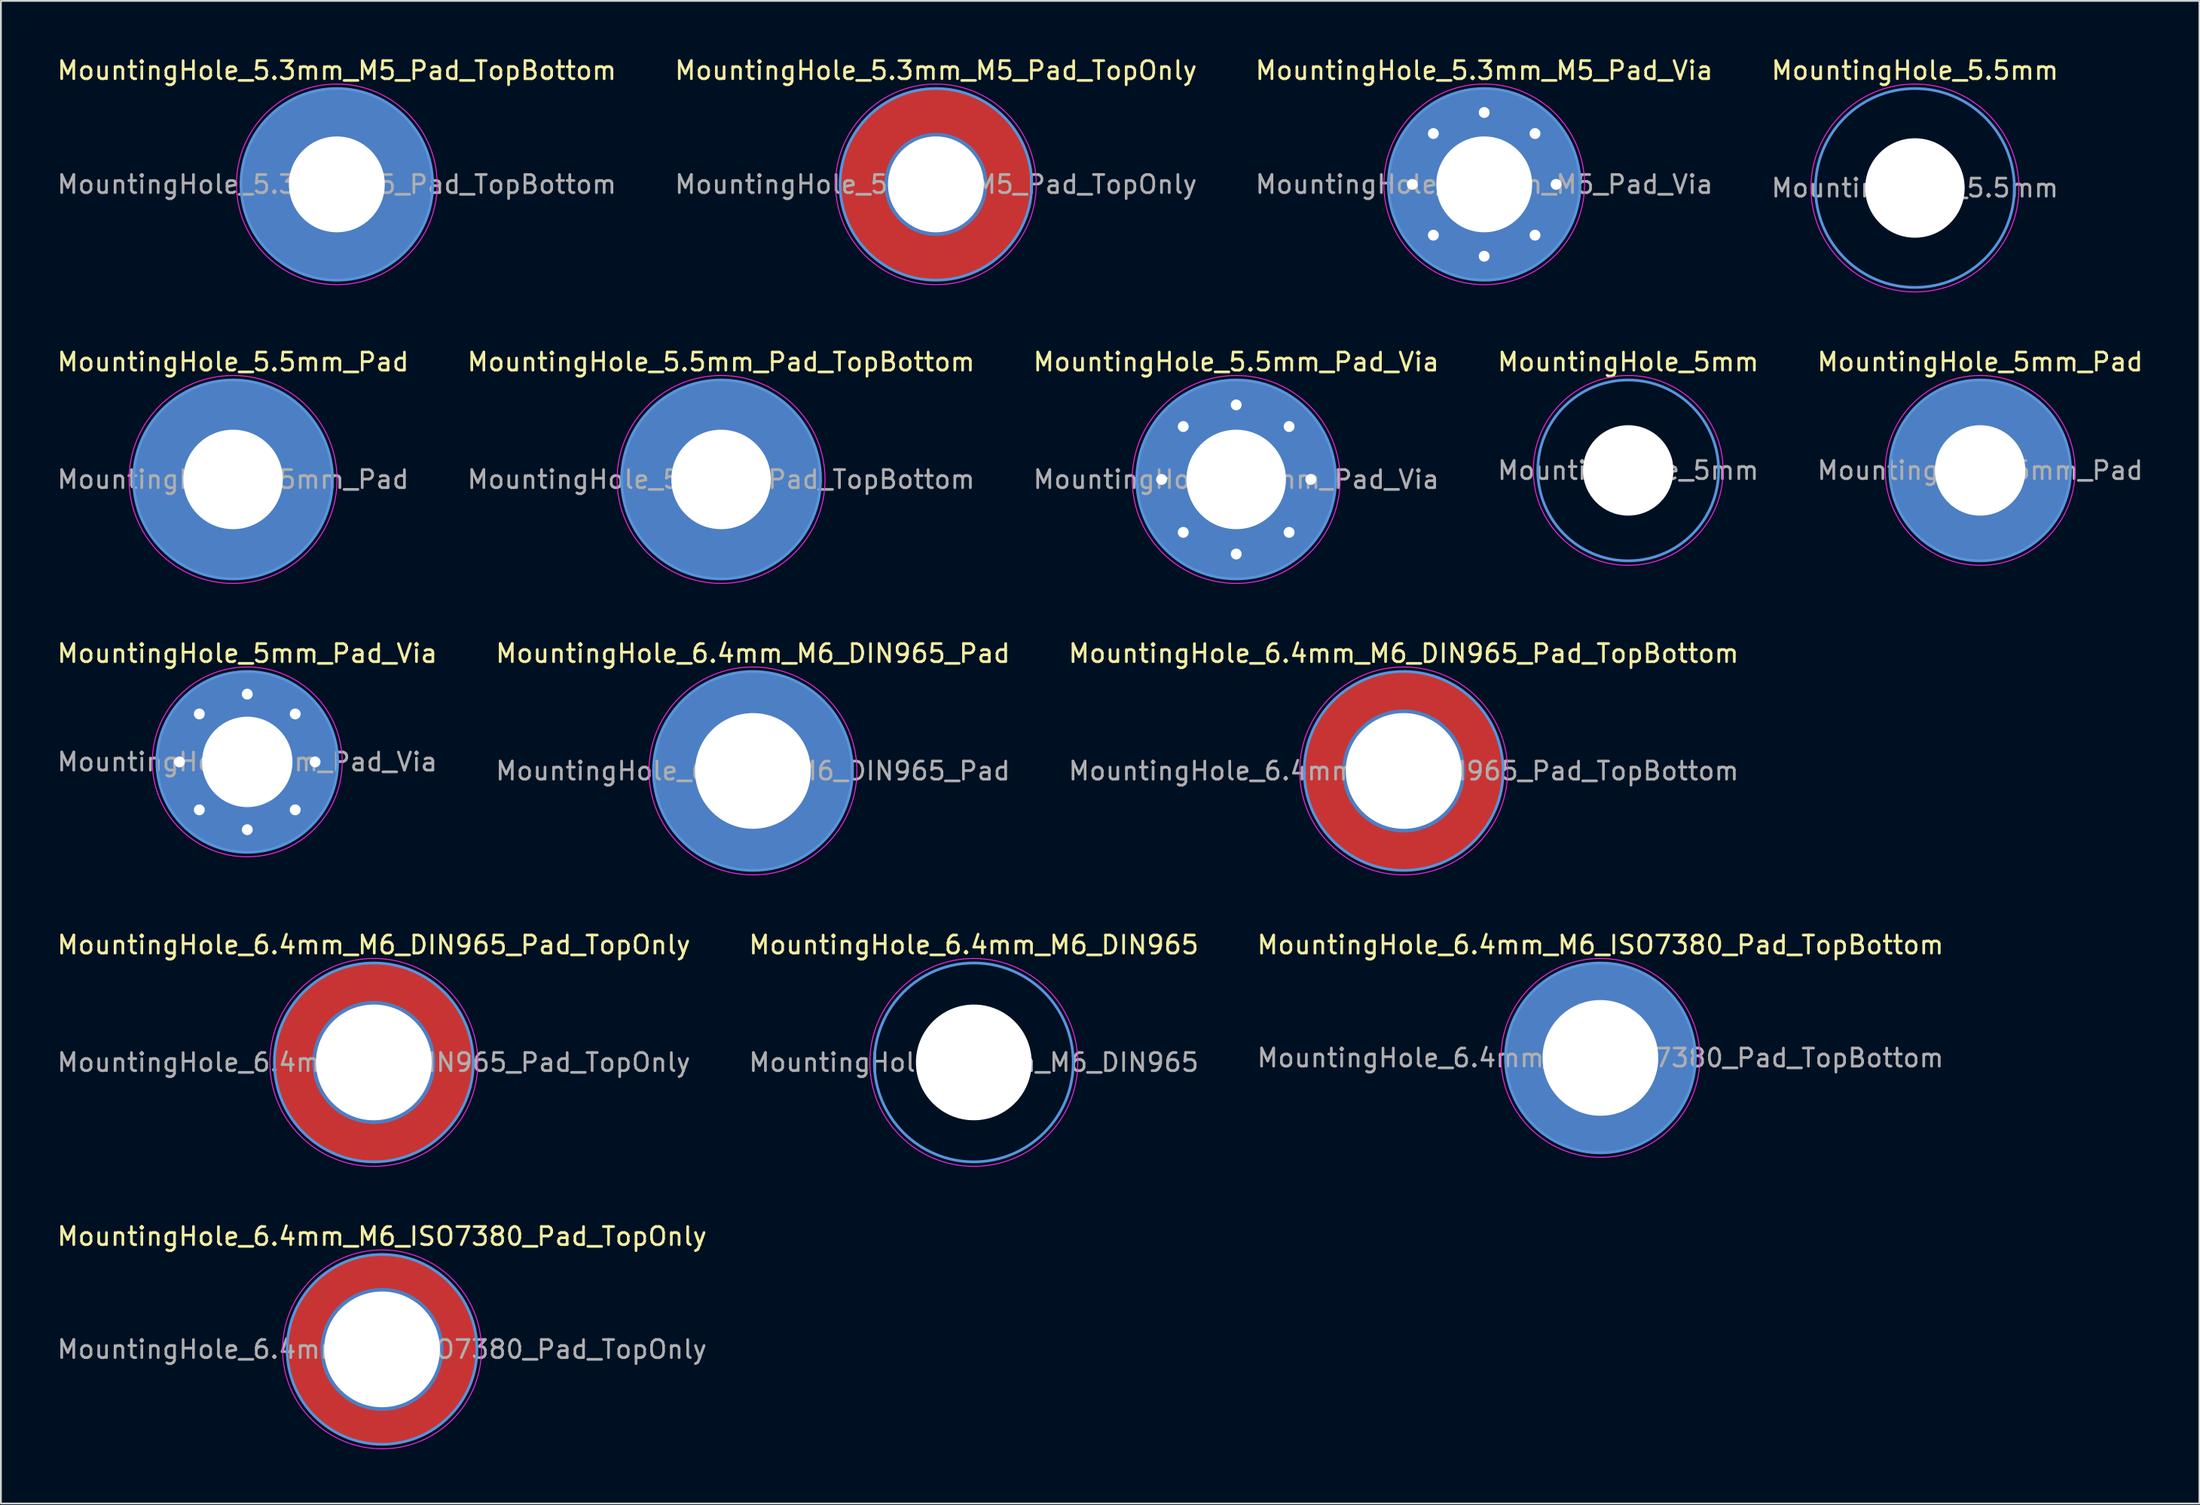
<source format=kicad_pcb>
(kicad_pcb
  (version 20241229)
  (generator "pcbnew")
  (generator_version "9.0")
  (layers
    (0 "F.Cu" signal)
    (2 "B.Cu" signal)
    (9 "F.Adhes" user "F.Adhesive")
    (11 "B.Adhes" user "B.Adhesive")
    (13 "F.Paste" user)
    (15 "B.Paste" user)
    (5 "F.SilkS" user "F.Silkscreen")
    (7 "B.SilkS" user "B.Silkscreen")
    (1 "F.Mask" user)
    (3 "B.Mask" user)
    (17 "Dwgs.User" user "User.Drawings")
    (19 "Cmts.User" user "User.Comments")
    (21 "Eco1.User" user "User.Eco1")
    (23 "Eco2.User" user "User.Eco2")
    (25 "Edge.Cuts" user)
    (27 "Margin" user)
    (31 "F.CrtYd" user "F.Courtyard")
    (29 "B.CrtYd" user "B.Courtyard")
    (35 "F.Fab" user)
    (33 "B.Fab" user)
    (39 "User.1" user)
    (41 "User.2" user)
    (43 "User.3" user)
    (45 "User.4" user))
  (footprint "MountingHole_6.4mm_M6_DIN965"
    (layer "F.Cu")
    (at 50.804 55.718)
    (property "Reference" "MountingHole_6.4mm_M6_DIN965" (at 0 -6.5 0) (layer "F.SilkS") (effects (font (size 1 1) (thickness 0.15))))
    (attr exclude_from_pos_files exclude_from_bom)
    (fp_circle (center 0 0) (end 5.5 0) (stroke (width 0.15) (type solid)) (fill no) (layer "Cmts.User"))
    (fp_circle (center 0 0) (end 5.75 0) (stroke (width 0.05) (type solid)) (fill no) (layer "F.CrtYd"))
    (fp_text user "${REFERENCE}" (at 0 0 0) (layer "F.Fab") (effects (font (size 1 1) (thickness 0.15))))
    (pad "" np_thru_hole circle (at 0 0) (size 6.4 6.4) (drill 6.4) (layers "*.Cu" "*.Mask")))
  (footprint "MountingHole_6.4mm_M6_ISO7380_Pad_TopBottom"
    (layer "F.Cu")
    (at 85.458 55.468)
    (property "Reference" "MountingHole_6.4mm_M6_ISO7380_Pad_TopBottom" (at 0 -6.25 0) (layer "F.SilkS") (effects (font (size 1 1) (thickness 0.15))))
    (attr exclude_from_pos_files exclude_from_bom)
    (fp_circle (center 0 0) (end 5.25 0) (stroke (width 0.15) (type solid)) (fill no) (layer "Cmts.User"))
    (fp_circle (center 0 0) (end 5.5 0) (stroke (width 0.05) (type solid)) (fill no) (layer "F.CrtYd"))
    (fp_text user "${REFERENCE}" (at 0 0 0) (layer "F.Fab") (effects (font (size 1 1) (thickness 0.15))))
    (pad "1" thru_hole circle (at 0 0) (size 6.8 6.8) (drill 6.4) (layers "*.Cu" "*.Mask"))
    (pad "1" connect circle (at 0 0) (size 10.5 10.5) (layers "F.Cu" "F.Mask"))
    (pad "1" connect circle (at 0 0) (size 10.5 10.5) (layers "B.Cu" "B.Mask")))
  (footprint "MountingHole_5.5mm"
    (layer "F.Cu")
    (at 102.851 7.348)
    (property "Reference" "MountingHole_5.5mm" (at 0 -6.5 0) (layer "F.SilkS") (effects (font (size 1 1) (thickness 0.15))))
    (attr exclude_from_pos_files exclude_from_bom)
    (fp_circle (center 0 0) (end 5.5 0) (stroke (width 0.15) (type solid)) (fill no) (layer "Cmts.User"))
    (fp_circle (center 0 0) (end 5.75 0) (stroke (width 0.05) (type solid)) (fill no) (layer "F.CrtYd"))
    (fp_text user "${REFERENCE}" (at 0 0 0) (layer "F.Fab") (effects (font (size 1 1) (thickness 0.15))))
    (pad "" np_thru_hole circle (at 0 0) (size 5.5 5.5) (drill 5.5) (layers "*.Cu" "*.Mask")))
  (footprint "MountingHole_5.3mm_M5_Pad_Via"
    (layer "F.Cu")
    (at 79.03 7.148)
    (property "Reference" "MountingHole_5.3mm_M5_Pad_Via" (at 0 -6.3 0) (layer "F.SilkS") (effects (font (size 1 1) (thickness 0.15))))
    (attr exclude_from_pos_files exclude_from_bom)
    (fp_circle (center 0 0) (end 5.3 0) (stroke (width 0.15) (type solid)) (fill no) (layer "Cmts.User"))
    (fp_circle (center 0 0) (end 5.55 0) (stroke (width 0.05) (type solid)) (fill no) (layer "F.CrtYd"))
    (fp_text user "${REFERENCE}" (at 0 0 0) (layer "F.Fab") (effects (font (size 1 1) (thickness 0.15))))
    (pad "1" thru_hole circle (at -3.975 0) (size 0.9 0.9) (drill 0.6) (layers "*.Cu" "*.Mask"))
    (pad "1" thru_hole circle (at -2.811 -2.811) (size 0.9 0.9) (drill 0.6) (layers "*.Cu" "*.Mask"))
    (pad "1" thru_hole circle (at -2.811 2.811) (size 0.9 0.9) (drill 0.6) (layers "*.Cu" "*.Mask"))
    (pad "1" thru_hole circle (at 0 -3.975) (size 0.9 0.9) (drill 0.6) (layers "*.Cu" "*.Mask"))
    (pad "1" thru_hole circle (at 0 0) (size 10.6 10.6) (drill 5.3) (layers "*.Cu" "*.Mask"))
    (pad "1" thru_hole circle (at 0 3.975) (size 0.9 0.9) (drill 0.6) (layers "*.Cu" "*.Mask"))
    (pad "1" thru_hole circle (at 2.811 -2.811) (size 0.9 0.9) (drill 0.6) (layers "*.Cu" "*.Mask"))
    (pad "1" thru_hole circle (at 2.811 2.811) (size 0.9 0.9) (drill 0.6) (layers "*.Cu" "*.Mask"))
    (pad "1" thru_hole circle (at 3.975 0) (size 0.9 0.9) (drill 0.6) (layers "*.Cu" "*.Mask")))
  (footprint "MountingHole_5.5mm_Pad_Via"
    (layer "F.Cu")
    (at 65.315 23.471)
    (property "Reference" "MountingHole_5.5mm_Pad_Via" (at 0 -6.5 0) (layer "F.SilkS") (effects (font (size 1 1) (thickness 0.15))))
    (attr exclude_from_pos_files exclude_from_bom)
    (fp_circle (center 0 0) (end 5.5 0) (stroke (width 0.15) (type solid)) (fill no) (layer "Cmts.User"))
    (fp_circle (center 0 0) (end 5.75 0) (stroke (width 0.05) (type solid)) (fill no) (layer "F.CrtYd"))
    (fp_text user "${REFERENCE}" (at 0 0 0) (layer "F.Fab") (effects (font (size 1 1) (thickness 0.15))))
    (pad "1" thru_hole circle (at -4.125 0) (size 0.9 0.9) (drill 0.6) (layers "*.Cu" "*.Mask"))
    (pad "1" thru_hole circle (at -2.927 -2.927) (size 0.9 0.9) (drill 0.6) (layers "*.Cu" "*.Mask"))
    (pad "1" thru_hole circle (at -2.927 2.927) (size 0.9 0.9) (drill 0.6) (layers "*.Cu" "*.Mask"))
    (pad "1" thru_hole circle (at 0 -4.125) (size 0.9 0.9) (drill 0.6) (layers "*.Cu" "*.Mask"))
    (pad "1" thru_hole circle (at 0 0) (size 11 11) (drill 5.5) (layers "*.Cu" "*.Mask"))
    (pad "1" thru_hole circle (at 0 4.125) (size 0.9 0.9) (drill 0.6) (layers "*.Cu" "*.Mask"))
    (pad "1" thru_hole circle (at 2.927 -2.927) (size 0.9 0.9) (drill 0.6) (layers "*.Cu" "*.Mask"))
    (pad "1" thru_hole circle (at 2.927 2.927) (size 0.9 0.9) (drill 0.6) (layers "*.Cu" "*.Mask"))
    (pad "1" thru_hole circle (at 4.125 0) (size 0.9 0.9) (drill 0.6) (layers "*.Cu" "*.Mask")))
  (footprint "MountingHole_6.4mm_M6_DIN965_Pad_TopBottom"
    (layer "F.Cu")
    (at 74.577 39.595)
    (property "Reference" "MountingHole_6.4mm_M6_DIN965_Pad_TopBottom" (at 0 -6.5 0) (layer "F.SilkS") (effects (font (size 1 1) (thickness 0.15))))
    (attr exclude_from_pos_files exclude_from_bom)
    (fp_circle (center 0 0) (end 5.5 0) (stroke (width 0.15) (type solid)) (fill no) (layer "Cmts.User"))
    (fp_circle (center 0 0) (end 5.75 0) (stroke (width 0.05) (type solid)) (fill no) (layer "F.CrtYd"))
    (fp_text user "${REFERENCE}" (at 0 0 0) (layer "F.Fab") (effects (font (size 1 1) (thickness 0.15))))
    (pad "" connect circle (at 0 0) (size 11 11) (layers "B.Mask" "Rescue"))
    (pad "1" thru_hole circle (at 0 0) (size 6.8 6.8) (drill 6.4) (layers "*.Cu" "*.Mask"))
    (pad "1" connect circle (at 0 0) (size 11 11) (layers "F.Cu" "F.Mask")))
  (footprint "MountingHole_5mm"
    (layer "F.Cu")
    (at 86.994 22.971)
    (property "Reference" "MountingHole_5mm" (at 0 -6 0) (layer "F.SilkS") (effects (font (size 1 1) (thickness 0.15))))
    (attr exclude_from_pos_files exclude_from_bom)
    (fp_circle (center 0 0) (end 5 0) (stroke (width 0.15) (type solid)) (fill no) (layer "Cmts.User"))
    (fp_circle (center 0 0) (end 5.25 0) (stroke (width 0.05) (type solid)) (fill no) (layer "F.CrtYd"))
    (fp_text user "${REFERENCE}" (at 0 0 0) (layer "F.Fab") (effects (font (size 1 1) (thickness 0.15))))
    (pad "" np_thru_hole circle (at 0 0) (size 5 5) (drill 5) (layers "*.Cu" "*.Mask")))
  (footprint "MountingHole_5mm_Pad_Via"
    (layer "F.Cu")
    (at 10.625 39.095)
    (property "Reference" "MountingHole_5mm_Pad_Via" (at 0 -6 0) (layer "F.SilkS") (effects (font (size 1 1) (thickness 0.15))))
    (attr exclude_from_pos_files exclude_from_bom)
    (fp_circle (center 0 0) (end 5 0) (stroke (width 0.15) (type solid)) (fill no) (layer "Cmts.User"))
    (fp_circle (center 0 0) (end 5.25 0) (stroke (width 0.05) (type solid)) (fill no) (layer "F.CrtYd"))
    (fp_text user "${REFERENCE}" (at 0 0 0) (layer "F.Fab") (effects (font (size 1 1) (thickness 0.15))))
    (pad "1" thru_hole circle (at -3.75 0) (size 0.9 0.9) (drill 0.6) (layers "*.Cu" "*.Mask"))
    (pad "1" thru_hole circle (at -2.652 -2.652) (size 0.9 0.9) (drill 0.6) (layers "*.Cu" "*.Mask"))
    (pad "1" thru_hole circle (at -2.652 2.652) (size 0.9 0.9) (drill 0.6) (layers "*.Cu" "*.Mask"))
    (pad "1" thru_hole circle (at 0 -3.75) (size 0.9 0.9) (drill 0.6) (layers "*.Cu" "*.Mask"))
    (pad "1" thru_hole circle (at 0 0) (size 10 10) (drill 5) (layers "*.Cu" "*.Mask"))
    (pad "1" thru_hole circle (at 0 3.75) (size 0.9 0.9) (drill 0.6) (layers "*.Cu" "*.Mask"))
    (pad "1" thru_hole circle (at 2.652 -2.652) (size 0.9 0.9) (drill 0.6) (layers "*.Cu" "*.Mask"))
    (pad "1" thru_hole circle (at 2.652 2.652) (size 0.9 0.9) (drill 0.6) (layers "*.Cu" "*.Mask"))
    (pad "1" thru_hole circle (at 3.75 0) (size 0.9 0.9) (drill 0.6) (layers "*.Cu" "*.Mask")))
  (footprint "MountingHole_5mm_Pad"
    (layer "F.Cu")
    (at 106.458 22.971)
    (property "Reference" "MountingHole_5mm_Pad" (at 0 -6 0) (layer "F.SilkS") (effects (font (size 1 1) (thickness 0.15))))
    (attr exclude_from_pos_files exclude_from_bom)
    (fp_circle (center 0 0) (end 5 0) (stroke (width 0.15) (type solid)) (fill no) (layer "Cmts.User"))
    (fp_circle (center 0 0) (end 5.25 0) (stroke (width 0.05) (type solid)) (fill no) (layer "F.CrtYd"))
    (fp_text user "${REFERENCE}" (at 0 0 0) (layer "F.Fab") (effects (font (size 1 1) (thickness 0.15))))
    (pad "1" thru_hole circle (at 0 0) (size 10 10) (drill 5) (layers "*.Cu" "*.Mask")))
  (footprint "MountingHole_5.5mm_Pad_TopBottom"
    (layer "F.Cu")
    (at 36.827 23.471)
    (property "Reference" "MountingHole_5.5mm_Pad_TopBottom" (at 0 -6.5 0) (layer "F.SilkS") (effects (font (size 1 1) (thickness 0.15))))
    (attr exclude_from_pos_files exclude_from_bom)
    (fp_circle (center 0 0) (end 5.5 0) (stroke (width 0.15) (type solid)) (fill no) (layer "Cmts.User"))
    (fp_circle (center 0 0) (end 5.75 0) (stroke (width 0.05) (type solid)) (fill no) (layer "F.CrtYd"))
    (fp_text user "${REFERENCE}" (at 0 0 0) (layer "F.Fab") (effects (font (size 1 1) (thickness 0.15))))
    (pad "1" thru_hole circle (at 0 0) (size 5.9 5.9) (drill 5.5) (layers "*.Cu" "*.Mask"))
    (pad "1" connect circle (at 0 0) (size 11 11) (layers "F.Cu" "F.Mask"))
    (pad "1" connect circle (at 0 0) (size 11 11) (layers "B.Cu" "B.Mask")))
  (footprint "MountingHole_6.4mm_M6_DIN965_Pad_TopOnly"
    (layer "F.Cu")
    (at 17.625 55.718)
    (property "Reference" "MountingHole_6.4mm_M6_DIN965_Pad_TopOnly" (at 0 -6.5 0) (layer "F.SilkS") (effects (font (size 1 1) (thickness 0.15))))
    (attr exclude_from_pos_files exclude_from_bom)
    (fp_circle (center 0 0) (end 5.5 0) (stroke (width 0.15) (type solid)) (fill no) (layer "Cmts.User"))
    (fp_circle (center 0 0) (end 5.75 0) (stroke (width 0.05) (type solid)) (fill no) (layer "F.CrtYd"))
    (fp_text user "${REFERENCE}" (at 0 0 0) (layer "F.Fab") (effects (font (size 1 1) (thickness 0.15))))
    (pad "1" thru_hole circle (at 0 0) (size 6.8 6.8) (drill 6.4) (layers "*.Cu" "*.Mask"))
    (pad "1" connect circle (at 0 0) (size 11 11) (layers "F.Cu" "F.Mask")))
  (footprint "MountingHole_5.3mm_M5_Pad_TopBottom"
    (layer "F.Cu")
    (at 15.577 7.148)
    (property "Reference" "MountingHole_5.3mm_M5_Pad_TopBottom" (at 0 -6.3 0) (layer "F.SilkS") (effects (font (size 1 1) (thickness 0.15))))
    (attr exclude_from_pos_files exclude_from_bom)
    (fp_circle (center 0 0) (end 5.3 0) (stroke (width 0.15) (type solid)) (fill no) (layer "Cmts.User"))
    (fp_circle (center 0 0) (end 5.55 0) (stroke (width 0.05) (type solid)) (fill no) (layer "F.CrtYd"))
    (fp_text user "${REFERENCE}" (at 0 0 0) (layer "F.Fab") (effects (font (size 1 1) (thickness 0.15))))
    (pad "1" thru_hole circle (at 0 0) (size 5.7 5.7) (drill 5.3) (layers "*.Cu" "*.Mask"))
    (pad "1" connect circle (at 0 0) (size 10.6 10.6) (layers "F.Cu" "F.Mask"))
    (pad "1" connect circle (at 0 0) (size 10.6 10.6) (layers "B.Cu" "B.Mask")))
  (footprint "MountingHole_5.3mm_M5_Pad_TopOnly"
    (layer "F.Cu")
    (at 48.708 7.148)
    (property "Reference" "MountingHole_5.3mm_M5_Pad_TopOnly" (at 0 -6.3 0) (layer "F.SilkS") (effects (font (size 1 1) (thickness 0.15))))
    (attr exclude_from_pos_files exclude_from_bom)
    (fp_circle (center 0 0) (end 5.3 0) (stroke (width 0.15) (type solid)) (fill no) (layer "Cmts.User"))
    (fp_circle (center 0 0) (end 5.55 0) (stroke (width 0.05) (type solid)) (fill no) (layer "F.CrtYd"))
    (fp_text user "${REFERENCE}" (at 0 0 0) (layer "F.Fab") (effects (font (size 1 1) (thickness 0.15))))
    (pad "1" thru_hole circle (at 0 0) (size 5.7 5.7) (drill 5.3) (layers "*.Cu" "*.Mask"))
    (pad "1" connect circle (at 0 0) (size 10.6 10.6) (layers "F.Cu" "F.Mask")))
  (footprint "MountingHole_6.4mm_M6_ISO7380_Pad_TopOnly"
    (layer "F.Cu")
    (at 18.077 71.591)
    (property "Reference" "MountingHole_6.4mm_M6_ISO7380_Pad_TopOnly" (at 0 -6.25 0) (layer "F.SilkS") (effects (font (size 1 1) (thickness 0.15))))
    (attr exclude_from_pos_files exclude_from_bom)
    (fp_circle (center 0 0) (end 5.25 0) (stroke (width 0.15) (type solid)) (fill no) (layer "Cmts.User"))
    (fp_circle (center 0 0) (end 5.5 0) (stroke (width 0.05) (type solid)) (fill no) (layer "F.CrtYd"))
    (fp_text user "${REFERENCE}" (at 0 0 0) (layer "F.Fab") (effects (font (size 1 1) (thickness 0.15))))
    (pad "1" thru_hole circle (at 0 0) (size 6.8 6.8) (drill 6.4) (layers "*.Cu" "*.Mask"))
    (pad "1" connect circle (at 0 0) (size 10.5 10.5) (layers "F.Cu" "F.Mask")))
  (footprint "MountingHole_6.4mm_M6_DIN965_Pad"
    (layer "F.Cu")
    (at 38.589 39.595)
    (property "Reference" "MountingHole_6.4mm_M6_DIN965_Pad" (at 0 -6.5 0) (layer "F.SilkS") (effects (font (size 1 1) (thickness 0.15))))
    (attr exclude_from_pos_files exclude_from_bom)
    (fp_circle (center 0 0) (end 5.5 0) (stroke (width 0.15) (type solid)) (fill no) (layer "Cmts.User"))
    (fp_circle (center 0 0) (end 5.75 0) (stroke (width 0.05) (type solid)) (fill no) (layer "F.CrtYd"))
    (fp_text user "${REFERENCE}" (at 0 0 0) (layer "F.Fab") (effects (font (size 1 1) (thickness 0.15))))
    (pad "1" thru_hole circle (at 0 0) (size 11 11) (drill 6.4) (layers "*.Cu" "*.Mask")))
  (footprint "MountingHole_5.5mm_Pad"
    (layer "F.Cu")
    (at 9.839 23.471)
    (property "Reference" "MountingHole_5.5mm_Pad" (at 0 -6.5 0) (layer "F.SilkS") (effects (font (size 1 1) (thickness 0.15))))
    (attr exclude_from_pos_files exclude_from_bom)
    (fp_circle (center 0 0) (end 5.5 0) (stroke (width 0.15) (type solid)) (fill no) (layer "Cmts.User"))
    (fp_circle (center 0 0) (end 5.75 0) (stroke (width 0.05) (type solid)) (fill no) (layer "F.CrtYd"))
    (fp_text user "${REFERENCE}" (at 0 0 0) (layer "F.Fab") (effects (font (size 1 1) (thickness 0.15))))
    (pad "1" thru_hole circle (at 0 0) (size 11 11) (drill 5.5) (layers "*.Cu" "*.Mask")))
  (gr_rect
    (start -3 -3)
    (end 118.583 80.116)
    (stroke (width 0.1) (type default))
    (fill no)
    (layer "Edge.Cuts")))
</source>
